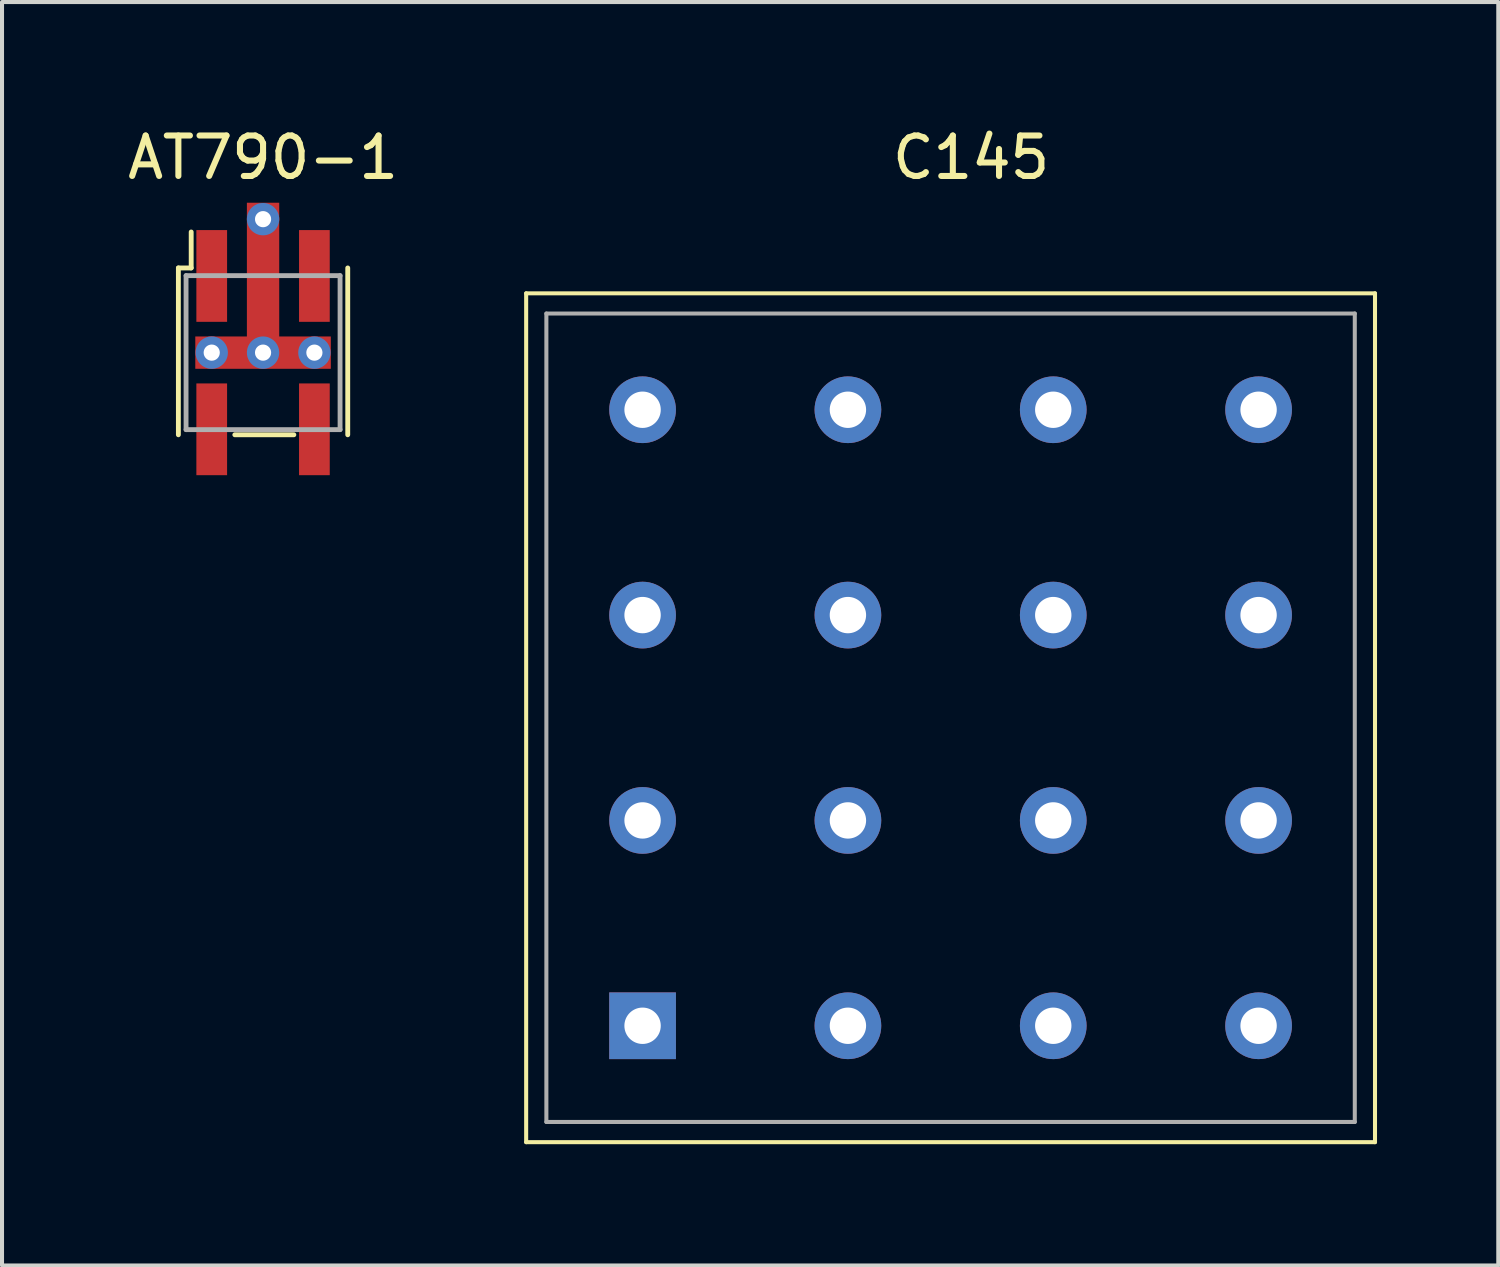
<source format=kicad_pcb>
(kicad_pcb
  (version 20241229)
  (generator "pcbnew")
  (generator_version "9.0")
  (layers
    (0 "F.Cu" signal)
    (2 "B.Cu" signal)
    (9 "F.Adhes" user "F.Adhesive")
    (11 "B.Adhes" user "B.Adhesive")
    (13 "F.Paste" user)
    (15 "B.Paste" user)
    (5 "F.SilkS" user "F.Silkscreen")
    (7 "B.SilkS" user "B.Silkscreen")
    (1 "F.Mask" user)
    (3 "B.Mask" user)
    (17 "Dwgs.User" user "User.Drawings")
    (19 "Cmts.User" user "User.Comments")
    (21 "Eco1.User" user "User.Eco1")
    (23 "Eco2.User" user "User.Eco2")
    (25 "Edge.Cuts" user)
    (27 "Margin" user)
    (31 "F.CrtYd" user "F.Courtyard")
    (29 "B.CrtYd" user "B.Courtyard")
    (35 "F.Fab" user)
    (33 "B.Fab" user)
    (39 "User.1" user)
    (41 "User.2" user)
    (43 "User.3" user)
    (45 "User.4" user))
  (footprint "AT790-1"
    (layer "F.Cu")
    (at 3.458 5.674)
    (property "Reference" "AT790-1" (at 0 -4.826 0) (layer "F.SilkS") (effects (font (size 1 1) (thickness 0.15))))
    (attr smd)
    (fp_line (start -2.095 -2.095) (end -2.095 2.032) (stroke (width 0.12) (type solid)) (layer "F.SilkS"))
    (fp_line (start -1.778 -2.095) (end -2.095 -2.095) (stroke (width 0.12) (type solid)) (layer "F.SilkS"))
    (fp_line (start -1.778 -2.095) (end -1.778 -2.985) (stroke (width 0.12) (type solid)) (layer "F.SilkS"))
    (fp_line (start -0.699 2.032) (end 0.762 2.032) (stroke (width 0.12) (type solid)) (layer "F.SilkS"))
    (fp_line (start 2.095 -2.095) (end 2.095 2.032) (stroke (width 0.12) (type solid)) (layer "F.SilkS"))
    (fp_line (start -1.905 -1.905) (end 1.905 -1.905) (stroke (width 0.12) (type solid)) (layer "F.Fab"))
    (fp_line (start -1.905 1.905) (end -1.905 -1.905) (stroke (width 0.12) (type solid)) (layer "F.Fab"))
    (fp_line (start -1.905 1.905) (end 1.905 1.905) (stroke (width 0.12) (type solid)) (layer "F.Fab"))
    (fp_line (start 1.905 1.905) (end 1.905 -1.905) (stroke (width 0.12) (type solid)) (layer "F.Fab"))
    (pad "1" smd rect (at -1.27 -1.897) (size 0.76 2.27) (layers "F.Cu" "F.Mask" "F.Paste"))
    (pad "2" thru_hole circle (at -1.27 0) (size 0.8 0.8) (drill 0.4) (layers "*.Cu"))
    (pad "2" thru_hole circle (at 0 -3.302) (size 0.8 0.8) (drill 0.4) (layers "*.Cu"))
    (pad "2" smd rect (at 0 -2.032 90) (size 3.353 0.8) (layers "F.Cu"))
    (pad "2" smd rect (at 0 -1.897) (size 0.76 2.27) (layers "F.Cu" "F.Mask" "F.Paste"))
    (pad "2" thru_hole circle (at 0 0) (size 0.8 0.8) (drill 0.4) (layers "*.Cu"))
    (pad "2" smd rect (at 0 0) (size 3.353 0.8) (layers "F.Cu"))
    (pad "2" thru_hole circle (at 1.27 0) (size 0.8 0.8) (drill 0.4) (layers "*.Cu"))
    (pad "3" smd rect (at 1.27 -1.897) (size 0.76 2.27) (layers "F.Cu" "F.Mask" "F.Paste"))
    (pad "4" smd rect (at 1.27 1.897) (size 0.76 2.27) (layers "F.Cu" "F.Mask" "F.Paste"))
    (pad "6" smd rect (at -1.27 1.897) (size 0.76 2.27) (layers "F.Cu" "F.Mask" "F.Paste")))
  (footprint "C145"
    (layer "F.Cu")
    (at 20.467 14.707)
    (property "Reference" "C145" (at 0.508 -13.859 0) (unlocked yes) (layer "F.SilkS") (effects (font (size 1 1) (thickness 0.15))))
    (attr through_hole)
    (fp_line (start -10.5 -10.5) (end -10.5 10.5) (stroke (width 0.1) (type solid)) (layer "F.SilkS"))
    (fp_line (start -10.5 -10.5) (end 10.5 -10.5) (stroke (width 0.1) (type solid)) (layer "F.SilkS"))
    (fp_line (start 10.5 10.5) (end -10.5 10.5) (stroke (width 0.1) (type solid)) (layer "F.SilkS"))
    (fp_line (start 10.5 10.5) (end 10.5 -10.5) (stroke (width 0.1) (type solid)) (layer "F.SilkS"))
    (fp_line (start -10 -10) (end -10 10) (stroke (width 0.1) (type solid)) (layer "F.Fab"))
    (fp_line (start -10 -10) (end 10 -10) (stroke (width 0.1) (type solid)) (layer "F.Fab"))
    (fp_line (start 10 10) (end -10 10) (stroke (width 0.1) (type solid)) (layer "F.Fab"))
    (fp_line (start 10 10) (end 10 -10) (stroke (width 0.1) (type solid)) (layer "F.Fab"))
    (pad "1" thru_hole rect (at -7.62 7.62) (size 1.65 1.65) (drill 0.9) (layers "*.Cu" "*.Mask"))
    (pad "2" thru_hole circle (at -2.54 7.62) (size 1.65 1.65) (drill 0.9) (layers "*.Cu" "*.Mask"))
    (pad "3" thru_hole circle (at 2.54 7.62) (size 1.65 1.65) (drill 0.9) (layers "*.Cu" "*.Mask"))
    (pad "4" thru_hole circle (at 7.62 7.62) (size 1.65 1.65) (drill 0.9) (layers "*.Cu" "*.Mask"))
    (pad "5" thru_hole circle (at -7.62 2.54) (size 1.65 1.65) (drill 0.9) (layers "*.Cu" "*.Mask"))
    (pad "6" thru_hole circle (at -2.54 2.54) (size 1.65 1.65) (drill 0.9) (layers "*.Cu" "*.Mask"))
    (pad "7" thru_hole circle (at 2.54 2.54) (size 1.65 1.65) (drill 0.9) (layers "*.Cu" "*.Mask"))
    (pad "8" thru_hole circle (at 7.62 2.54) (size 1.65 1.65) (drill 0.9) (layers "*.Cu" "*.Mask"))
    (pad "9" thru_hole circle (at -7.62 -2.54) (size 1.65 1.65) (drill 0.9) (layers "*.Cu" "*.Mask"))
    (pad "10" thru_hole circle (at -2.54 -2.54) (size 1.65 1.65) (drill 0.9) (layers "*.Cu" "*.Mask"))
    (pad "11" thru_hole circle (at 2.54 -2.54) (size 1.65 1.65) (drill 0.9) (layers "*.Cu" "*.Mask"))
    (pad "12" thru_hole circle (at 7.62 -2.54) (size 1.65 1.65) (drill 0.9) (layers "*.Cu" "*.Mask"))
    (pad "13" thru_hole circle (at -7.62 -7.62) (size 1.65 1.65) (drill 0.9) (layers "*.Cu" "*.Mask"))
    (pad "14" thru_hole circle (at -2.54 -7.62) (size 1.65 1.65) (drill 0.9) (layers "*.Cu" "*.Mask"))
    (pad "15" thru_hole circle (at 2.54 -7.62) (size 1.65 1.65) (drill 0.9) (layers "*.Cu" "*.Mask"))
    (pad "16" thru_hole circle (at 7.62 -7.62) (size 1.65 1.65) (drill 0.9) (layers "*.Cu" "*.Mask")))
  (gr_rect
    (start -3 -3)
    (end 34.017 28.257)
    (stroke (width 0.1) (type default))
    (fill no)
    (layer "Edge.Cuts")))
</source>
